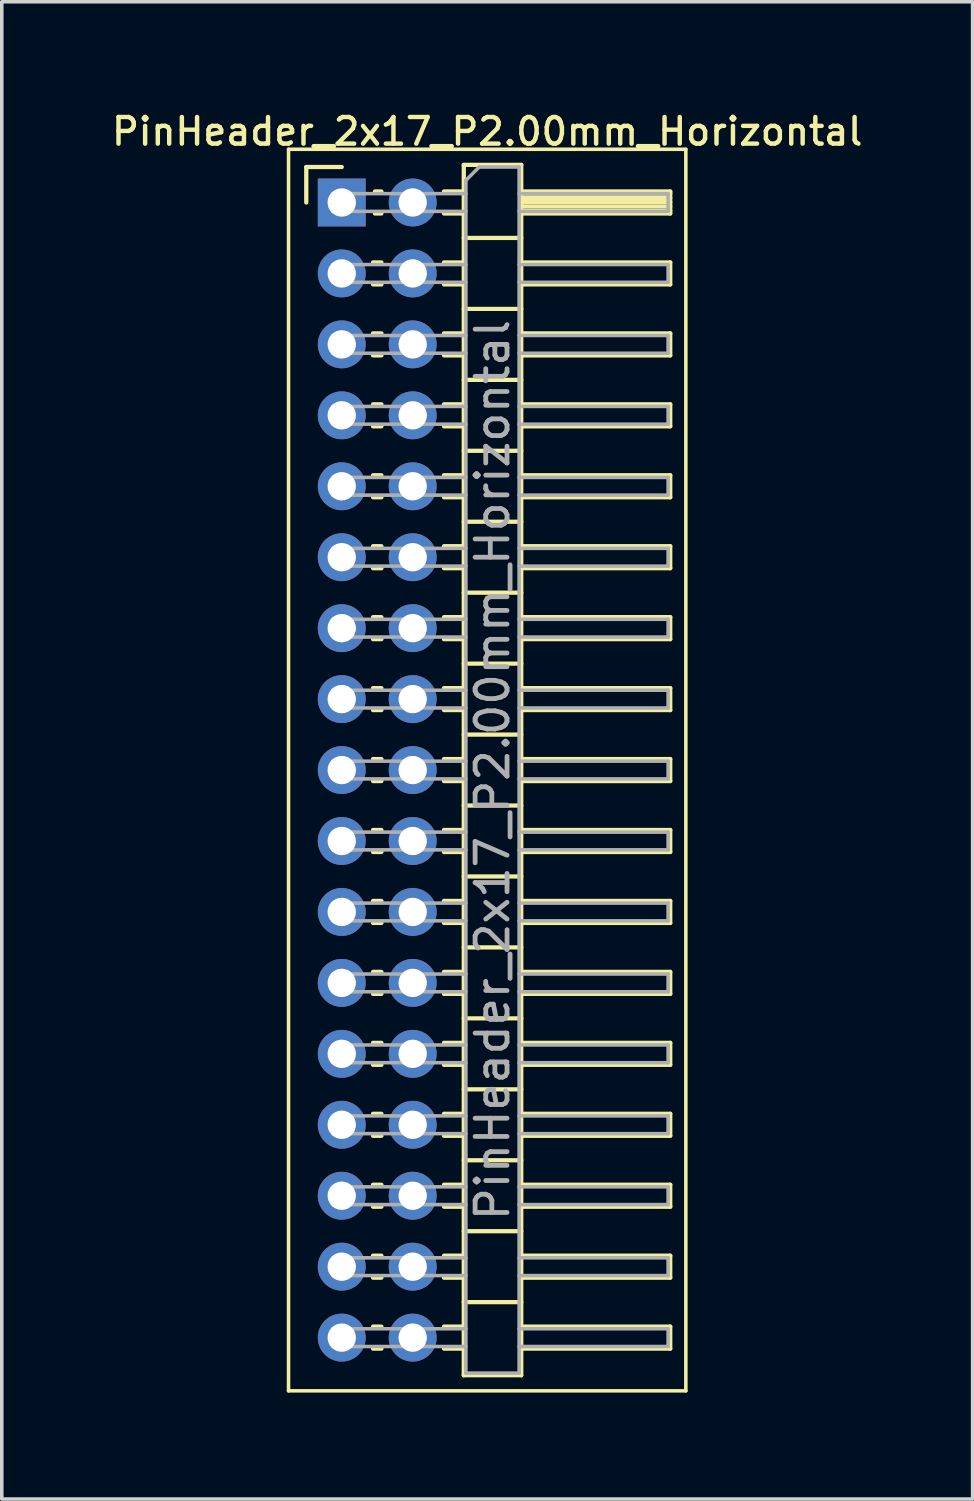
<source format=kicad_pcb>
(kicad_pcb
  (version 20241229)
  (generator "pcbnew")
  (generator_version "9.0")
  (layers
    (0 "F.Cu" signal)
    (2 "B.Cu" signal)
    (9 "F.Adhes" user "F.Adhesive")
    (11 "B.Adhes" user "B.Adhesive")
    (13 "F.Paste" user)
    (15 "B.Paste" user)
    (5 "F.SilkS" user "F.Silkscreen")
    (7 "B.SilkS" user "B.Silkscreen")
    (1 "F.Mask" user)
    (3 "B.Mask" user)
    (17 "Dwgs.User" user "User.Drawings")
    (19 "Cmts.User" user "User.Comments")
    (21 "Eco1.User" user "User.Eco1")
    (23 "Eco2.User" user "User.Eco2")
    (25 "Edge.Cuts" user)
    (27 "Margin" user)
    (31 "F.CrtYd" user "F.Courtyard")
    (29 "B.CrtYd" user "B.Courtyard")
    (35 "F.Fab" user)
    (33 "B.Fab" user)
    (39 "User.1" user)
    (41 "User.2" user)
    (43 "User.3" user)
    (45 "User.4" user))
  (footprint "PinHeader_2x17_P2.00mm_Horizontal"
    (layer "F.Cu")
    (at 6.584 2.658)
    (property "Reference" "PinHeader_2x17_P2.00mm_Horizontal" (at 4.1 -2 0) (layer "F.SilkS") (effects (font (size 0.75 0.75) (thickness 0.125))))
    (attr through_hole)
    (fp_line (start -1.5 -1.5) (end -1.5 33.5) (stroke (width 0.1) (type solid)) (layer "F.SilkS"))
    (fp_line (start -1.5 33.5) (end 9.7 33.5) (stroke (width 0.1) (type solid)) (layer "F.SilkS"))
    (fp_line (start -1 -1) (end 0 -1) (stroke (width 0.12) (type solid)) (layer "F.SilkS"))
    (fp_line (start -1 0) (end -1 -1) (stroke (width 0.12) (type solid)) (layer "F.SilkS"))
    (fp_line (start 0.882 1.69) (end 1.118 1.69) (stroke (width 0.12) (type solid)) (layer "F.SilkS"))
    (fp_line (start 0.882 2.31) (end 1.118 2.31) (stroke (width 0.12) (type solid)) (layer "F.SilkS"))
    (fp_line (start 0.882 3.69) (end 1.118 3.69) (stroke (width 0.12) (type solid)) (layer "F.SilkS"))
    (fp_line (start 0.882 4.31) (end 1.118 4.31) (stroke (width 0.12) (type solid)) (layer "F.SilkS"))
    (fp_line (start 0.882 5.69) (end 1.118 5.69) (stroke (width 0.12) (type solid)) (layer "F.SilkS"))
    (fp_line (start 0.882 6.31) (end 1.118 6.31) (stroke (width 0.12) (type solid)) (layer "F.SilkS"))
    (fp_line (start 0.882 7.69) (end 1.118 7.69) (stroke (width 0.12) (type solid)) (layer "F.SilkS"))
    (fp_line (start 0.882 8.31) (end 1.118 8.31) (stroke (width 0.12) (type solid)) (layer "F.SilkS"))
    (fp_line (start 0.882 9.69) (end 1.118 9.69) (stroke (width 0.12) (type solid)) (layer "F.SilkS"))
    (fp_line (start 0.882 10.31) (end 1.118 10.31) (stroke (width 0.12) (type solid)) (layer "F.SilkS"))
    (fp_line (start 0.882 11.69) (end 1.118 11.69) (stroke (width 0.12) (type solid)) (layer "F.SilkS"))
    (fp_line (start 0.882 12.31) (end 1.118 12.31) (stroke (width 0.12) (type solid)) (layer "F.SilkS"))
    (fp_line (start 0.882 13.69) (end 1.118 13.69) (stroke (width 0.12) (type solid)) (layer "F.SilkS"))
    (fp_line (start 0.882 14.31) (end 1.118 14.31) (stroke (width 0.12) (type solid)) (layer "F.SilkS"))
    (fp_line (start 0.882 15.69) (end 1.118 15.69) (stroke (width 0.12) (type solid)) (layer "F.SilkS"))
    (fp_line (start 0.882 16.31) (end 1.118 16.31) (stroke (width 0.12) (type solid)) (layer "F.SilkS"))
    (fp_line (start 0.882 17.69) (end 1.118 17.69) (stroke (width 0.12) (type solid)) (layer "F.SilkS"))
    (fp_line (start 0.882 18.31) (end 1.118 18.31) (stroke (width 0.12) (type solid)) (layer "F.SilkS"))
    (fp_line (start 0.882 19.69) (end 1.118 19.69) (stroke (width 0.12) (type solid)) (layer "F.SilkS"))
    (fp_line (start 0.882 20.31) (end 1.118 20.31) (stroke (width 0.12) (type solid)) (layer "F.SilkS"))
    (fp_line (start 0.882 21.69) (end 1.118 21.69) (stroke (width 0.12) (type solid)) (layer "F.SilkS"))
    (fp_line (start 0.882 22.31) (end 1.118 22.31) (stroke (width 0.12) (type solid)) (layer "F.SilkS"))
    (fp_line (start 0.882 23.69) (end 1.118 23.69) (stroke (width 0.12) (type solid)) (layer "F.SilkS"))
    (fp_line (start 0.882 24.31) (end 1.118 24.31) (stroke (width 0.12) (type solid)) (layer "F.SilkS"))
    (fp_line (start 0.882 25.69) (end 1.118 25.69) (stroke (width 0.12) (type solid)) (layer "F.SilkS"))
    (fp_line (start 0.882 26.31) (end 1.118 26.31) (stroke (width 0.12) (type solid)) (layer "F.SilkS"))
    (fp_line (start 0.882 27.69) (end 1.118 27.69) (stroke (width 0.12) (type solid)) (layer "F.SilkS"))
    (fp_line (start 0.882 28.31) (end 1.118 28.31) (stroke (width 0.12) (type solid)) (layer "F.SilkS"))
    (fp_line (start 0.882 29.69) (end 1.118 29.69) (stroke (width 0.12) (type solid)) (layer "F.SilkS"))
    (fp_line (start 0.882 30.31) (end 1.118 30.31) (stroke (width 0.12) (type solid)) (layer "F.SilkS"))
    (fp_line (start 0.882 31.69) (end 1.118 31.69) (stroke (width 0.12) (type solid)) (layer "F.SilkS"))
    (fp_line (start 0.882 32.31) (end 1.118 32.31) (stroke (width 0.12) (type solid)) (layer "F.SilkS"))
    (fp_line (start 0.935 -0.31) (end 1.118 -0.31) (stroke (width 0.12) (type solid)) (layer "F.SilkS"))
    (fp_line (start 0.935 0.31) (end 1.118 0.31) (stroke (width 0.12) (type solid)) (layer "F.SilkS"))
    (fp_line (start 2.882 -0.31) (end 3.44 -0.31) (stroke (width 0.12) (type solid)) (layer "F.SilkS"))
    (fp_line (start 2.882 0.31) (end 3.44 0.31) (stroke (width 0.12) (type solid)) (layer "F.SilkS"))
    (fp_line (start 2.882 1.69) (end 3.44 1.69) (stroke (width 0.12) (type solid)) (layer "F.SilkS"))
    (fp_line (start 2.882 2.31) (end 3.44 2.31) (stroke (width 0.12) (type solid)) (layer "F.SilkS"))
    (fp_line (start 2.882 3.69) (end 3.44 3.69) (stroke (width 0.12) (type solid)) (layer "F.SilkS"))
    (fp_line (start 2.882 4.31) (end 3.44 4.31) (stroke (width 0.12) (type solid)) (layer "F.SilkS"))
    (fp_line (start 2.882 5.69) (end 3.44 5.69) (stroke (width 0.12) (type solid)) (layer "F.SilkS"))
    (fp_line (start 2.882 6.31) (end 3.44 6.31) (stroke (width 0.12) (type solid)) (layer "F.SilkS"))
    (fp_line (start 2.882 7.69) (end 3.44 7.69) (stroke (width 0.12) (type solid)) (layer "F.SilkS"))
    (fp_line (start 2.882 8.31) (end 3.44 8.31) (stroke (width 0.12) (type solid)) (layer "F.SilkS"))
    (fp_line (start 2.882 9.69) (end 3.44 9.69) (stroke (width 0.12) (type solid)) (layer "F.SilkS"))
    (fp_line (start 2.882 10.31) (end 3.44 10.31) (stroke (width 0.12) (type solid)) (layer "F.SilkS"))
    (fp_line (start 2.882 11.69) (end 3.44 11.69) (stroke (width 0.12) (type solid)) (layer "F.SilkS"))
    (fp_line (start 2.882 12.31) (end 3.44 12.31) (stroke (width 0.12) (type solid)) (layer "F.SilkS"))
    (fp_line (start 2.882 13.69) (end 3.44 13.69) (stroke (width 0.12) (type solid)) (layer "F.SilkS"))
    (fp_line (start 2.882 14.31) (end 3.44 14.31) (stroke (width 0.12) (type solid)) (layer "F.SilkS"))
    (fp_line (start 2.882 15.69) (end 3.44 15.69) (stroke (width 0.12) (type solid)) (layer "F.SilkS"))
    (fp_line (start 2.882 16.31) (end 3.44 16.31) (stroke (width 0.12) (type solid)) (layer "F.SilkS"))
    (fp_line (start 2.882 17.69) (end 3.44 17.69) (stroke (width 0.12) (type solid)) (layer "F.SilkS"))
    (fp_line (start 2.882 18.31) (end 3.44 18.31) (stroke (width 0.12) (type solid)) (layer "F.SilkS"))
    (fp_line (start 2.882 19.69) (end 3.44 19.69) (stroke (width 0.12) (type solid)) (layer "F.SilkS"))
    (fp_line (start 2.882 20.31) (end 3.44 20.31) (stroke (width 0.12) (type solid)) (layer "F.SilkS"))
    (fp_line (start 2.882 21.69) (end 3.44 21.69) (stroke (width 0.12) (type solid)) (layer "F.SilkS"))
    (fp_line (start 2.882 22.31) (end 3.44 22.31) (stroke (width 0.12) (type solid)) (layer "F.SilkS"))
    (fp_line (start 2.882 23.69) (end 3.44 23.69) (stroke (width 0.12) (type solid)) (layer "F.SilkS"))
    (fp_line (start 2.882 24.31) (end 3.44 24.31) (stroke (width 0.12) (type solid)) (layer "F.SilkS"))
    (fp_line (start 2.882 25.69) (end 3.44 25.69) (stroke (width 0.12) (type solid)) (layer "F.SilkS"))
    (fp_line (start 2.882 26.31) (end 3.44 26.31) (stroke (width 0.12) (type solid)) (layer "F.SilkS"))
    (fp_line (start 2.882 27.69) (end 3.44 27.69) (stroke (width 0.12) (type solid)) (layer "F.SilkS"))
    (fp_line (start 2.882 28.31) (end 3.44 28.31) (stroke (width 0.12) (type solid)) (layer "F.SilkS"))
    (fp_line (start 2.882 29.69) (end 3.44 29.69) (stroke (width 0.12) (type solid)) (layer "F.SilkS"))
    (fp_line (start 2.882 30.31) (end 3.44 30.31) (stroke (width 0.12) (type solid)) (layer "F.SilkS"))
    (fp_line (start 2.882 31.69) (end 3.44 31.69) (stroke (width 0.12) (type solid)) (layer "F.SilkS"))
    (fp_line (start 2.882 32.31) (end 3.44 32.31) (stroke (width 0.12) (type solid)) (layer "F.SilkS"))
    (fp_line (start 3.44 -1.06) (end 3.44 33.06) (stroke (width 0.12) (type solid)) (layer "F.SilkS"))
    (fp_line (start 3.44 1) (end 5.06 1) (stroke (width 0.12) (type solid)) (layer "F.SilkS"))
    (fp_line (start 3.44 3) (end 5.06 3) (stroke (width 0.12) (type solid)) (layer "F.SilkS"))
    (fp_line (start 3.44 5) (end 5.06 5) (stroke (width 0.12) (type solid)) (layer "F.SilkS"))
    (fp_line (start 3.44 7) (end 5.06 7) (stroke (width 0.12) (type solid)) (layer "F.SilkS"))
    (fp_line (start 3.44 9) (end 5.06 9) (stroke (width 0.12) (type solid)) (layer "F.SilkS"))
    (fp_line (start 3.44 11) (end 5.06 11) (stroke (width 0.12) (type solid)) (layer "F.SilkS"))
    (fp_line (start 3.44 13) (end 5.06 13) (stroke (width 0.12) (type solid)) (layer "F.SilkS"))
    (fp_line (start 3.44 15) (end 5.06 15) (stroke (width 0.12) (type solid)) (layer "F.SilkS"))
    (fp_line (start 3.44 17) (end 5.06 17) (stroke (width 0.12) (type solid)) (layer "F.SilkS"))
    (fp_line (start 3.44 19) (end 5.06 19) (stroke (width 0.12) (type solid)) (layer "F.SilkS"))
    (fp_line (start 3.44 21) (end 5.06 21) (stroke (width 0.12) (type solid)) (layer "F.SilkS"))
    (fp_line (start 3.44 23) (end 5.06 23) (stroke (width 0.12) (type solid)) (layer "F.SilkS"))
    (fp_line (start 3.44 25) (end 5.06 25) (stroke (width 0.12) (type solid)) (layer "F.SilkS"))
    (fp_line (start 3.44 27) (end 5.06 27) (stroke (width 0.12) (type solid)) (layer "F.SilkS"))
    (fp_line (start 3.44 29) (end 5.06 29) (stroke (width 0.12) (type solid)) (layer "F.SilkS"))
    (fp_line (start 3.44 31) (end 5.06 31) (stroke (width 0.12) (type solid)) (layer "F.SilkS"))
    (fp_line (start 3.44 33.06) (end 5.06 33.06) (stroke (width 0.12) (type solid)) (layer "F.SilkS"))
    (fp_line (start 5.06 -1.06) (end 3.44 -1.06) (stroke (width 0.12) (type solid)) (layer "F.SilkS"))
    (fp_line (start 5.06 -0.31) (end 9.26 -0.31) (stroke (width 0.12) (type solid)) (layer "F.SilkS"))
    (fp_line (start 5.06 -0.25) (end 9.26 -0.25) (stroke (width 0.12) (type solid)) (layer "F.SilkS"))
    (fp_line (start 5.06 -0.13) (end 9.26 -0.13) (stroke (width 0.12) (type solid)) (layer "F.SilkS"))
    (fp_line (start 5.06 -0.01) (end 9.26 -0.01) (stroke (width 0.12) (type solid)) (layer "F.SilkS"))
    (fp_line (start 5.06 0.11) (end 9.26 0.11) (stroke (width 0.12) (type solid)) (layer "F.SilkS"))
    (fp_line (start 5.06 0.23) (end 9.26 0.23) (stroke (width 0.12) (type solid)) (layer "F.SilkS"))
    (fp_line (start 5.06 1.69) (end 9.26 1.69) (stroke (width 0.12) (type solid)) (layer "F.SilkS"))
    (fp_line (start 5.06 3.69) (end 9.26 3.69) (stroke (width 0.12) (type solid)) (layer "F.SilkS"))
    (fp_line (start 5.06 5.69) (end 9.26 5.69) (stroke (width 0.12) (type solid)) (layer "F.SilkS"))
    (fp_line (start 5.06 7.69) (end 9.26 7.69) (stroke (width 0.12) (type solid)) (layer "F.SilkS"))
    (fp_line (start 5.06 9.69) (end 9.26 9.69) (stroke (width 0.12) (type solid)) (layer "F.SilkS"))
    (fp_line (start 5.06 11.69) (end 9.26 11.69) (stroke (width 0.12) (type solid)) (layer "F.SilkS"))
    (fp_line (start 5.06 13.69) (end 9.26 13.69) (stroke (width 0.12) (type solid)) (layer "F.SilkS"))
    (fp_line (start 5.06 15.69) (end 9.26 15.69) (stroke (width 0.12) (type solid)) (layer "F.SilkS"))
    (fp_line (start 5.06 17.69) (end 9.26 17.69) (stroke (width 0.12) (type solid)) (layer "F.SilkS"))
    (fp_line (start 5.06 19.69) (end 9.26 19.69) (stroke (width 0.12) (type solid)) (layer "F.SilkS"))
    (fp_line (start 5.06 21.69) (end 9.26 21.69) (stroke (width 0.12) (type solid)) (layer "F.SilkS"))
    (fp_line (start 5.06 23.69) (end 9.26 23.69) (stroke (width 0.12) (type solid)) (layer "F.SilkS"))
    (fp_line (start 5.06 25.69) (end 9.26 25.69) (stroke (width 0.12) (type solid)) (layer "F.SilkS"))
    (fp_line (start 5.06 27.69) (end 9.26 27.69) (stroke (width 0.12) (type solid)) (layer "F.SilkS"))
    (fp_line (start 5.06 29.69) (end 9.26 29.69) (stroke (width 0.12) (type solid)) (layer "F.SilkS"))
    (fp_line (start 5.06 31.69) (end 9.26 31.69) (stroke (width 0.12) (type solid)) (layer "F.SilkS"))
    (fp_line (start 5.06 33.06) (end 5.06 -1.06) (stroke (width 0.12) (type solid)) (layer "F.SilkS"))
    (fp_line (start 9.26 -0.31) (end 9.26 0.31) (stroke (width 0.12) (type solid)) (layer "F.SilkS"))
    (fp_line (start 9.26 0.31) (end 5.06 0.31) (stroke (width 0.12) (type solid)) (layer "F.SilkS"))
    (fp_line (start 9.26 1.69) (end 9.26 2.31) (stroke (width 0.12) (type solid)) (layer "F.SilkS"))
    (fp_line (start 9.26 2.31) (end 5.06 2.31) (stroke (width 0.12) (type solid)) (layer "F.SilkS"))
    (fp_line (start 9.26 3.69) (end 9.26 4.31) (stroke (width 0.12) (type solid)) (layer "F.SilkS"))
    (fp_line (start 9.26 4.31) (end 5.06 4.31) (stroke (width 0.12) (type solid)) (layer "F.SilkS"))
    (fp_line (start 9.26 5.69) (end 9.26 6.31) (stroke (width 0.12) (type solid)) (layer "F.SilkS"))
    (fp_line (start 9.26 6.31) (end 5.06 6.31) (stroke (width 0.12) (type solid)) (layer "F.SilkS"))
    (fp_line (start 9.26 7.69) (end 9.26 8.31) (stroke (width 0.12) (type solid)) (layer "F.SilkS"))
    (fp_line (start 9.26 8.31) (end 5.06 8.31) (stroke (width 0.12) (type solid)) (layer "F.SilkS"))
    (fp_line (start 9.26 9.69) (end 9.26 10.31) (stroke (width 0.12) (type solid)) (layer "F.SilkS"))
    (fp_line (start 9.26 10.31) (end 5.06 10.31) (stroke (width 0.12) (type solid)) (layer "F.SilkS"))
    (fp_line (start 9.26 11.69) (end 9.26 12.31) (stroke (width 0.12) (type solid)) (layer "F.SilkS"))
    (fp_line (start 9.26 12.31) (end 5.06 12.31) (stroke (width 0.12) (type solid)) (layer "F.SilkS"))
    (fp_line (start 9.26 13.69) (end 9.26 14.31) (stroke (width 0.12) (type solid)) (layer "F.SilkS"))
    (fp_line (start 9.26 14.31) (end 5.06 14.31) (stroke (width 0.12) (type solid)) (layer "F.SilkS"))
    (fp_line (start 9.26 15.69) (end 9.26 16.31) (stroke (width 0.12) (type solid)) (layer "F.SilkS"))
    (fp_line (start 9.26 16.31) (end 5.06 16.31) (stroke (width 0.12) (type solid)) (layer "F.SilkS"))
    (fp_line (start 9.26 17.69) (end 9.26 18.31) (stroke (width 0.12) (type solid)) (layer "F.SilkS"))
    (fp_line (start 9.26 18.31) (end 5.06 18.31) (stroke (width 0.12) (type solid)) (layer "F.SilkS"))
    (fp_line (start 9.26 19.69) (end 9.26 20.31) (stroke (width 0.12) (type solid)) (layer "F.SilkS"))
    (fp_line (start 9.26 20.31) (end 5.06 20.31) (stroke (width 0.12) (type solid)) (layer "F.SilkS"))
    (fp_line (start 9.26 21.69) (end 9.26 22.31) (stroke (width 0.12) (type solid)) (layer "F.SilkS"))
    (fp_line (start 9.26 22.31) (end 5.06 22.31) (stroke (width 0.12) (type solid)) (layer "F.SilkS"))
    (fp_line (start 9.26 23.69) (end 9.26 24.31) (stroke (width 0.12) (type solid)) (layer "F.SilkS"))
    (fp_line (start 9.26 24.31) (end 5.06 24.31) (stroke (width 0.12) (type solid)) (layer "F.SilkS"))
    (fp_line (start 9.26 25.69) (end 9.26 26.31) (stroke (width 0.12) (type solid)) (layer "F.SilkS"))
    (fp_line (start 9.26 26.31) (end 5.06 26.31) (stroke (width 0.12) (type solid)) (layer "F.SilkS"))
    (fp_line (start 9.26 27.69) (end 9.26 28.31) (stroke (width 0.12) (type solid)) (layer "F.SilkS"))
    (fp_line (start 9.26 28.31) (end 5.06 28.31) (stroke (width 0.12) (type solid)) (layer "F.SilkS"))
    (fp_line (start 9.26 29.69) (end 9.26 30.31) (stroke (width 0.12) (type solid)) (layer "F.SilkS"))
    (fp_line (start 9.26 30.31) (end 5.06 30.31) (stroke (width 0.12) (type solid)) (layer "F.SilkS"))
    (fp_line (start 9.26 31.69) (end 9.26 32.31) (stroke (width 0.12) (type solid)) (layer "F.SilkS"))
    (fp_line (start 9.26 32.31) (end 5.06 32.31) (stroke (width 0.12) (type solid)) (layer "F.SilkS"))
    (fp_line (start 9.7 -1.5) (end -1.5 -1.5) (stroke (width 0.1) (type solid)) (layer "F.SilkS"))
    (fp_line (start 9.7 33.5) (end 9.7 -1.5) (stroke (width 0.1) (type solid)) (layer "F.SilkS"))
    (fp_line (start -0.25 -0.25) (end -0.25 0.25) (stroke (width 0.1) (type solid)) (layer "F.Fab"))
    (fp_line (start -0.25 -0.25) (end 3.5 -0.25) (stroke (width 0.1) (type solid)) (layer "F.Fab"))
    (fp_line (start -0.25 0.25) (end 3.5 0.25) (stroke (width 0.1) (type solid)) (layer "F.Fab"))
    (fp_line (start -0.25 1.75) (end -0.25 2.25) (stroke (width 0.1) (type solid)) (layer "F.Fab"))
    (fp_line (start -0.25 1.75) (end 3.5 1.75) (stroke (width 0.1) (type solid)) (layer "F.Fab"))
    (fp_line (start -0.25 2.25) (end 3.5 2.25) (stroke (width 0.1) (type solid)) (layer "F.Fab"))
    (fp_line (start -0.25 3.75) (end -0.25 4.25) (stroke (width 0.1) (type solid)) (layer "F.Fab"))
    (fp_line (start -0.25 3.75) (end 3.5 3.75) (stroke (width 0.1) (type solid)) (layer "F.Fab"))
    (fp_line (start -0.25 4.25) (end 3.5 4.25) (stroke (width 0.1) (type solid)) (layer "F.Fab"))
    (fp_line (start -0.25 5.75) (end -0.25 6.25) (stroke (width 0.1) (type solid)) (layer "F.Fab"))
    (fp_line (start -0.25 5.75) (end 3.5 5.75) (stroke (width 0.1) (type solid)) (layer "F.Fab"))
    (fp_line (start -0.25 6.25) (end 3.5 6.25) (stroke (width 0.1) (type solid)) (layer "F.Fab"))
    (fp_line (start -0.25 7.75) (end -0.25 8.25) (stroke (width 0.1) (type solid)) (layer "F.Fab"))
    (fp_line (start -0.25 7.75) (end 3.5 7.75) (stroke (width 0.1) (type solid)) (layer "F.Fab"))
    (fp_line (start -0.25 8.25) (end 3.5 8.25) (stroke (width 0.1) (type solid)) (layer "F.Fab"))
    (fp_line (start -0.25 9.75) (end -0.25 10.25) (stroke (width 0.1) (type solid)) (layer "F.Fab"))
    (fp_line (start -0.25 9.75) (end 3.5 9.75) (stroke (width 0.1) (type solid)) (layer "F.Fab"))
    (fp_line (start -0.25 10.25) (end 3.5 10.25) (stroke (width 0.1) (type solid)) (layer "F.Fab"))
    (fp_line (start -0.25 11.75) (end -0.25 12.25) (stroke (width 0.1) (type solid)) (layer "F.Fab"))
    (fp_line (start -0.25 11.75) (end 3.5 11.75) (stroke (width 0.1) (type solid)) (layer "F.Fab"))
    (fp_line (start -0.25 12.25) (end 3.5 12.25) (stroke (width 0.1) (type solid)) (layer "F.Fab"))
    (fp_line (start -0.25 13.75) (end -0.25 14.25) (stroke (width 0.1) (type solid)) (layer "F.Fab"))
    (fp_line (start -0.25 13.75) (end 3.5 13.75) (stroke (width 0.1) (type solid)) (layer "F.Fab"))
    (fp_line (start -0.25 14.25) (end 3.5 14.25) (stroke (width 0.1) (type solid)) (layer "F.Fab"))
    (fp_line (start -0.25 15.75) (end -0.25 16.25) (stroke (width 0.1) (type solid)) (layer "F.Fab"))
    (fp_line (start -0.25 15.75) (end 3.5 15.75) (stroke (width 0.1) (type solid)) (layer "F.Fab"))
    (fp_line (start -0.25 16.25) (end 3.5 16.25) (stroke (width 0.1) (type solid)) (layer "F.Fab"))
    (fp_line (start -0.25 17.75) (end -0.25 18.25) (stroke (width 0.1) (type solid)) (layer "F.Fab"))
    (fp_line (start -0.25 17.75) (end 3.5 17.75) (stroke (width 0.1) (type solid)) (layer "F.Fab"))
    (fp_line (start -0.25 18.25) (end 3.5 18.25) (stroke (width 0.1) (type solid)) (layer "F.Fab"))
    (fp_line (start -0.25 19.75) (end -0.25 20.25) (stroke (width 0.1) (type solid)) (layer "F.Fab"))
    (fp_line (start -0.25 19.75) (end 3.5 19.75) (stroke (width 0.1) (type solid)) (layer "F.Fab"))
    (fp_line (start -0.25 20.25) (end 3.5 20.25) (stroke (width 0.1) (type solid)) (layer "F.Fab"))
    (fp_line (start -0.25 21.75) (end -0.25 22.25) (stroke (width 0.1) (type solid)) (layer "F.Fab"))
    (fp_line (start -0.25 21.75) (end 3.5 21.75) (stroke (width 0.1) (type solid)) (layer "F.Fab"))
    (fp_line (start -0.25 22.25) (end 3.5 22.25) (stroke (width 0.1) (type solid)) (layer "F.Fab"))
    (fp_line (start -0.25 23.75) (end -0.25 24.25) (stroke (width 0.1) (type solid)) (layer "F.Fab"))
    (fp_line (start -0.25 23.75) (end 3.5 23.75) (stroke (width 0.1) (type solid)) (layer "F.Fab"))
    (fp_line (start -0.25 24.25) (end 3.5 24.25) (stroke (width 0.1) (type solid)) (layer "F.Fab"))
    (fp_line (start -0.25 25.75) (end -0.25 26.25) (stroke (width 0.1) (type solid)) (layer "F.Fab"))
    (fp_line (start -0.25 25.75) (end 3.5 25.75) (stroke (width 0.1) (type solid)) (layer "F.Fab"))
    (fp_line (start -0.25 26.25) (end 3.5 26.25) (stroke (width 0.1) (type solid)) (layer "F.Fab"))
    (fp_line (start -0.25 27.75) (end -0.25 28.25) (stroke (width 0.1) (type solid)) (layer "F.Fab"))
    (fp_line (start -0.25 27.75) (end 3.5 27.75) (stroke (width 0.1) (type solid)) (layer "F.Fab"))
    (fp_line (start -0.25 28.25) (end 3.5 28.25) (stroke (width 0.1) (type solid)) (layer "F.Fab"))
    (fp_line (start -0.25 29.75) (end -0.25 30.25) (stroke (width 0.1) (type solid)) (layer "F.Fab"))
    (fp_line (start -0.25 29.75) (end 3.5 29.75) (stroke (width 0.1) (type solid)) (layer "F.Fab"))
    (fp_line (start -0.25 30.25) (end 3.5 30.25) (stroke (width 0.1) (type solid)) (layer "F.Fab"))
    (fp_line (start -0.25 31.75) (end -0.25 32.25) (stroke (width 0.1) (type solid)) (layer "F.Fab"))
    (fp_line (start -0.25 31.75) (end 3.5 31.75) (stroke (width 0.1) (type solid)) (layer "F.Fab"))
    (fp_line (start -0.25 32.25) (end 3.5 32.25) (stroke (width 0.1) (type solid)) (layer "F.Fab"))
    (fp_line (start 3.5 -0.625) (end 3.875 -1) (stroke (width 0.1) (type solid)) (layer "F.Fab"))
    (fp_line (start 3.5 33) (end 3.5 -0.625) (stroke (width 0.1) (type solid)) (layer "F.Fab"))
    (fp_line (start 3.875 -1) (end 5 -1) (stroke (width 0.1) (type solid)) (layer "F.Fab"))
    (fp_line (start 5 -1) (end 5 33) (stroke (width 0.1) (type solid)) (layer "F.Fab"))
    (fp_line (start 5 -0.25) (end 9.2 -0.25) (stroke (width 0.1) (type solid)) (layer "F.Fab"))
    (fp_line (start 5 0.25) (end 9.2 0.25) (stroke (width 0.1) (type solid)) (layer "F.Fab"))
    (fp_line (start 5 1.75) (end 9.2 1.75) (stroke (width 0.1) (type solid)) (layer "F.Fab"))
    (fp_line (start 5 2.25) (end 9.2 2.25) (stroke (width 0.1) (type solid)) (layer "F.Fab"))
    (fp_line (start 5 3.75) (end 9.2 3.75) (stroke (width 0.1) (type solid)) (layer "F.Fab"))
    (fp_line (start 5 4.25) (end 9.2 4.25) (stroke (width 0.1) (type solid)) (layer "F.Fab"))
    (fp_line (start 5 5.75) (end 9.2 5.75) (stroke (width 0.1) (type solid)) (layer "F.Fab"))
    (fp_line (start 5 6.25) (end 9.2 6.25) (stroke (width 0.1) (type solid)) (layer "F.Fab"))
    (fp_line (start 5 7.75) (end 9.2 7.75) (stroke (width 0.1) (type solid)) (layer "F.Fab"))
    (fp_line (start 5 8.25) (end 9.2 8.25) (stroke (width 0.1) (type solid)) (layer "F.Fab"))
    (fp_line (start 5 9.75) (end 9.2 9.75) (stroke (width 0.1) (type solid)) (layer "F.Fab"))
    (fp_line (start 5 10.25) (end 9.2 10.25) (stroke (width 0.1) (type solid)) (layer "F.Fab"))
    (fp_line (start 5 11.75) (end 9.2 11.75) (stroke (width 0.1) (type solid)) (layer "F.Fab"))
    (fp_line (start 5 12.25) (end 9.2 12.25) (stroke (width 0.1) (type solid)) (layer "F.Fab"))
    (fp_line (start 5 13.75) (end 9.2 13.75) (stroke (width 0.1) (type solid)) (layer "F.Fab"))
    (fp_line (start 5 14.25) (end 9.2 14.25) (stroke (width 0.1) (type solid)) (layer "F.Fab"))
    (fp_line (start 5 15.75) (end 9.2 15.75) (stroke (width 0.1) (type solid)) (layer "F.Fab"))
    (fp_line (start 5 16.25) (end 9.2 16.25) (stroke (width 0.1) (type solid)) (layer "F.Fab"))
    (fp_line (start 5 17.75) (end 9.2 17.75) (stroke (width 0.1) (type solid)) (layer "F.Fab"))
    (fp_line (start 5 18.25) (end 9.2 18.25) (stroke (width 0.1) (type solid)) (layer "F.Fab"))
    (fp_line (start 5 19.75) (end 9.2 19.75) (stroke (width 0.1) (type solid)) (layer "F.Fab"))
    (fp_line (start 5 20.25) (end 9.2 20.25) (stroke (width 0.1) (type solid)) (layer "F.Fab"))
    (fp_line (start 5 21.75) (end 9.2 21.75) (stroke (width 0.1) (type solid)) (layer "F.Fab"))
    (fp_line (start 5 22.25) (end 9.2 22.25) (stroke (width 0.1) (type solid)) (layer "F.Fab"))
    (fp_line (start 5 23.75) (end 9.2 23.75) (stroke (width 0.1) (type solid)) (layer "F.Fab"))
    (fp_line (start 5 24.25) (end 9.2 24.25) (stroke (width 0.1) (type solid)) (layer "F.Fab"))
    (fp_line (start 5 25.75) (end 9.2 25.75) (stroke (width 0.1) (type solid)) (layer "F.Fab"))
    (fp_line (start 5 26.25) (end 9.2 26.25) (stroke (width 0.1) (type solid)) (layer "F.Fab"))
    (fp_line (start 5 27.75) (end 9.2 27.75) (stroke (width 0.1) (type solid)) (layer "F.Fab"))
    (fp_line (start 5 28.25) (end 9.2 28.25) (stroke (width 0.1) (type solid)) (layer "F.Fab"))
    (fp_line (start 5 29.75) (end 9.2 29.75) (stroke (width 0.1) (type solid)) (layer "F.Fab"))
    (fp_line (start 5 30.25) (end 9.2 30.25) (stroke (width 0.1) (type solid)) (layer "F.Fab"))
    (fp_line (start 5 31.75) (end 9.2 31.75) (stroke (width 0.1) (type solid)) (layer "F.Fab"))
    (fp_line (start 5 32.25) (end 9.2 32.25) (stroke (width 0.1) (type solid)) (layer "F.Fab"))
    (fp_line (start 5 33) (end 3.5 33) (stroke (width 0.1) (type solid)) (layer "F.Fab"))
    (fp_line (start 9.2 -0.25) (end 9.2 0.25) (stroke (width 0.1) (type solid)) (layer "F.Fab"))
    (fp_line (start 9.2 1.75) (end 9.2 2.25) (stroke (width 0.1) (type solid)) (layer "F.Fab"))
    (fp_line (start 9.2 3.75) (end 9.2 4.25) (stroke (width 0.1) (type solid)) (layer "F.Fab"))
    (fp_line (start 9.2 5.75) (end 9.2 6.25) (stroke (width 0.1) (type solid)) (layer "F.Fab"))
    (fp_line (start 9.2 7.75) (end 9.2 8.25) (stroke (width 0.1) (type solid)) (layer "F.Fab"))
    (fp_line (start 9.2 9.75) (end 9.2 10.25) (stroke (width 0.1) (type solid)) (layer "F.Fab"))
    (fp_line (start 9.2 11.75) (end 9.2 12.25) (stroke (width 0.1) (type solid)) (layer "F.Fab"))
    (fp_line (start 9.2 13.75) (end 9.2 14.25) (stroke (width 0.1) (type solid)) (layer "F.Fab"))
    (fp_line (start 9.2 15.75) (end 9.2 16.25) (stroke (width 0.1) (type solid)) (layer "F.Fab"))
    (fp_line (start 9.2 17.75) (end 9.2 18.25) (stroke (width 0.1) (type solid)) (layer "F.Fab"))
    (fp_line (start 9.2 19.75) (end 9.2 20.25) (stroke (width 0.1) (type solid)) (layer "F.Fab"))
    (fp_line (start 9.2 21.75) (end 9.2 22.25) (stroke (width 0.1) (type solid)) (layer "F.Fab"))
    (fp_line (start 9.2 23.75) (end 9.2 24.25) (stroke (width 0.1) (type solid)) (layer "F.Fab"))
    (fp_line (start 9.2 25.75) (end 9.2 26.25) (stroke (width 0.1) (type solid)) (layer "F.Fab"))
    (fp_line (start 9.2 27.75) (end 9.2 28.25) (stroke (width 0.1) (type solid)) (layer "F.Fab"))
    (fp_line (start 9.2 29.75) (end 9.2 30.25) (stroke (width 0.1) (type solid)) (layer "F.Fab"))
    (fp_line (start 9.2 31.75) (end 9.2 32.25) (stroke (width 0.1) (type solid)) (layer "F.Fab"))
    (fp_text user "${REFERENCE}" (at 4.25 16 90) (layer "F.Fab") (effects (font (size 0.9 0.9) (thickness 0.135))))
    (pad "1" thru_hole rect (at 0 0) (size 1.35 1.35) (drill 0.8) (layers "*.Cu" "*.Mask"))
    (pad "2" thru_hole oval (at 2 0) (size 1.35 1.35) (drill 0.8) (layers "*.Cu" "*.Mask"))
    (pad "3" thru_hole oval (at 0 2) (size 1.35 1.35) (drill 0.8) (layers "*.Cu" "*.Mask"))
    (pad "4" thru_hole oval (at 2 2) (size 1.35 1.35) (drill 0.8) (layers "*.Cu" "*.Mask"))
    (pad "5" thru_hole oval (at 0 4) (size 1.35 1.35) (drill 0.8) (layers "*.Cu" "*.Mask"))
    (pad "6" thru_hole oval (at 2 4) (size 1.35 1.35) (drill 0.8) (layers "*.Cu" "*.Mask"))
    (pad "7" thru_hole oval (at 0 6) (size 1.35 1.35) (drill 0.8) (layers "*.Cu" "*.Mask"))
    (pad "8" thru_hole oval (at 2 6) (size 1.35 1.35) (drill 0.8) (layers "*.Cu" "*.Mask"))
    (pad "9" thru_hole oval (at 0 8) (size 1.35 1.35) (drill 0.8) (layers "*.Cu" "*.Mask"))
    (pad "10" thru_hole oval (at 2 8) (size 1.35 1.35) (drill 0.8) (layers "*.Cu" "*.Mask"))
    (pad "11" thru_hole oval (at 0 10) (size 1.35 1.35) (drill 0.8) (layers "*.Cu" "*.Mask"))
    (pad "12" thru_hole oval (at 2 10) (size 1.35 1.35) (drill 0.8) (layers "*.Cu" "*.Mask"))
    (pad "13" thru_hole oval (at 0 12) (size 1.35 1.35) (drill 0.8) (layers "*.Cu" "*.Mask"))
    (pad "14" thru_hole oval (at 2 12) (size 1.35 1.35) (drill 0.8) (layers "*.Cu" "*.Mask"))
    (pad "15" thru_hole oval (at 0 14) (size 1.35 1.35) (drill 0.8) (layers "*.Cu" "*.Mask"))
    (pad "16" thru_hole oval (at 2 14) (size 1.35 1.35) (drill 0.8) (layers "*.Cu" "*.Mask"))
    (pad "17" thru_hole oval (at 0 16) (size 1.35 1.35) (drill 0.8) (layers "*.Cu" "*.Mask"))
    (pad "18" thru_hole oval (at 2 16) (size 1.35 1.35) (drill 0.8) (layers "*.Cu" "*.Mask"))
    (pad "19" thru_hole oval (at 0 18) (size 1.35 1.35) (drill 0.8) (layers "*.Cu" "*.Mask"))
    (pad "20" thru_hole oval (at 2 18) (size 1.35 1.35) (drill 0.8) (layers "*.Cu" "*.Mask"))
    (pad "21" thru_hole oval (at 0 20) (size 1.35 1.35) (drill 0.8) (layers "*.Cu" "*.Mask"))
    (pad "22" thru_hole oval (at 2 20) (size 1.35 1.35) (drill 0.8) (layers "*.Cu" "*.Mask"))
    (pad "23" thru_hole oval (at 0 22) (size 1.35 1.35) (drill 0.8) (layers "*.Cu" "*.Mask"))
    (pad "24" thru_hole oval (at 2 22) (size 1.35 1.35) (drill 0.8) (layers "*.Cu" "*.Mask"))
    (pad "25" thru_hole oval (at 0 24) (size 1.35 1.35) (drill 0.8) (layers "*.Cu" "*.Mask"))
    (pad "26" thru_hole oval (at 2 24) (size 1.35 1.35) (drill 0.8) (layers "*.Cu" "*.Mask"))
    (pad "27" thru_hole oval (at 0 26) (size 1.35 1.35) (drill 0.8) (layers "*.Cu" "*.Mask"))
    (pad "28" thru_hole oval (at 2 26) (size 1.35 1.35) (drill 0.8) (layers "*.Cu" "*.Mask"))
    (pad "29" thru_hole oval (at 0 28) (size 1.35 1.35) (drill 0.8) (layers "*.Cu" "*.Mask"))
    (pad "30" thru_hole oval (at 2 28) (size 1.35 1.35) (drill 0.8) (layers "*.Cu" "*.Mask"))
    (pad "31" thru_hole oval (at 0 30) (size 1.35 1.35) (drill 0.8) (layers "*.Cu" "*.Mask"))
    (pad "32" thru_hole oval (at 2 30) (size 1.35 1.35) (drill 0.8) (layers "*.Cu" "*.Mask"))
    (pad "33" thru_hole oval (at 0 32) (size 1.35 1.35) (drill 0.8) (layers "*.Cu" "*.Mask"))
    (pad "34" thru_hole oval (at 2 32) (size 1.35 1.35) (drill 0.8) (layers "*.Cu" "*.Mask")))
  (gr_rect
    (start -3 -3)
    (end 24.368 39.208)
    (stroke (width 0.1) (type default))
    (fill no)
    (layer "Edge.Cuts")))
</source>
